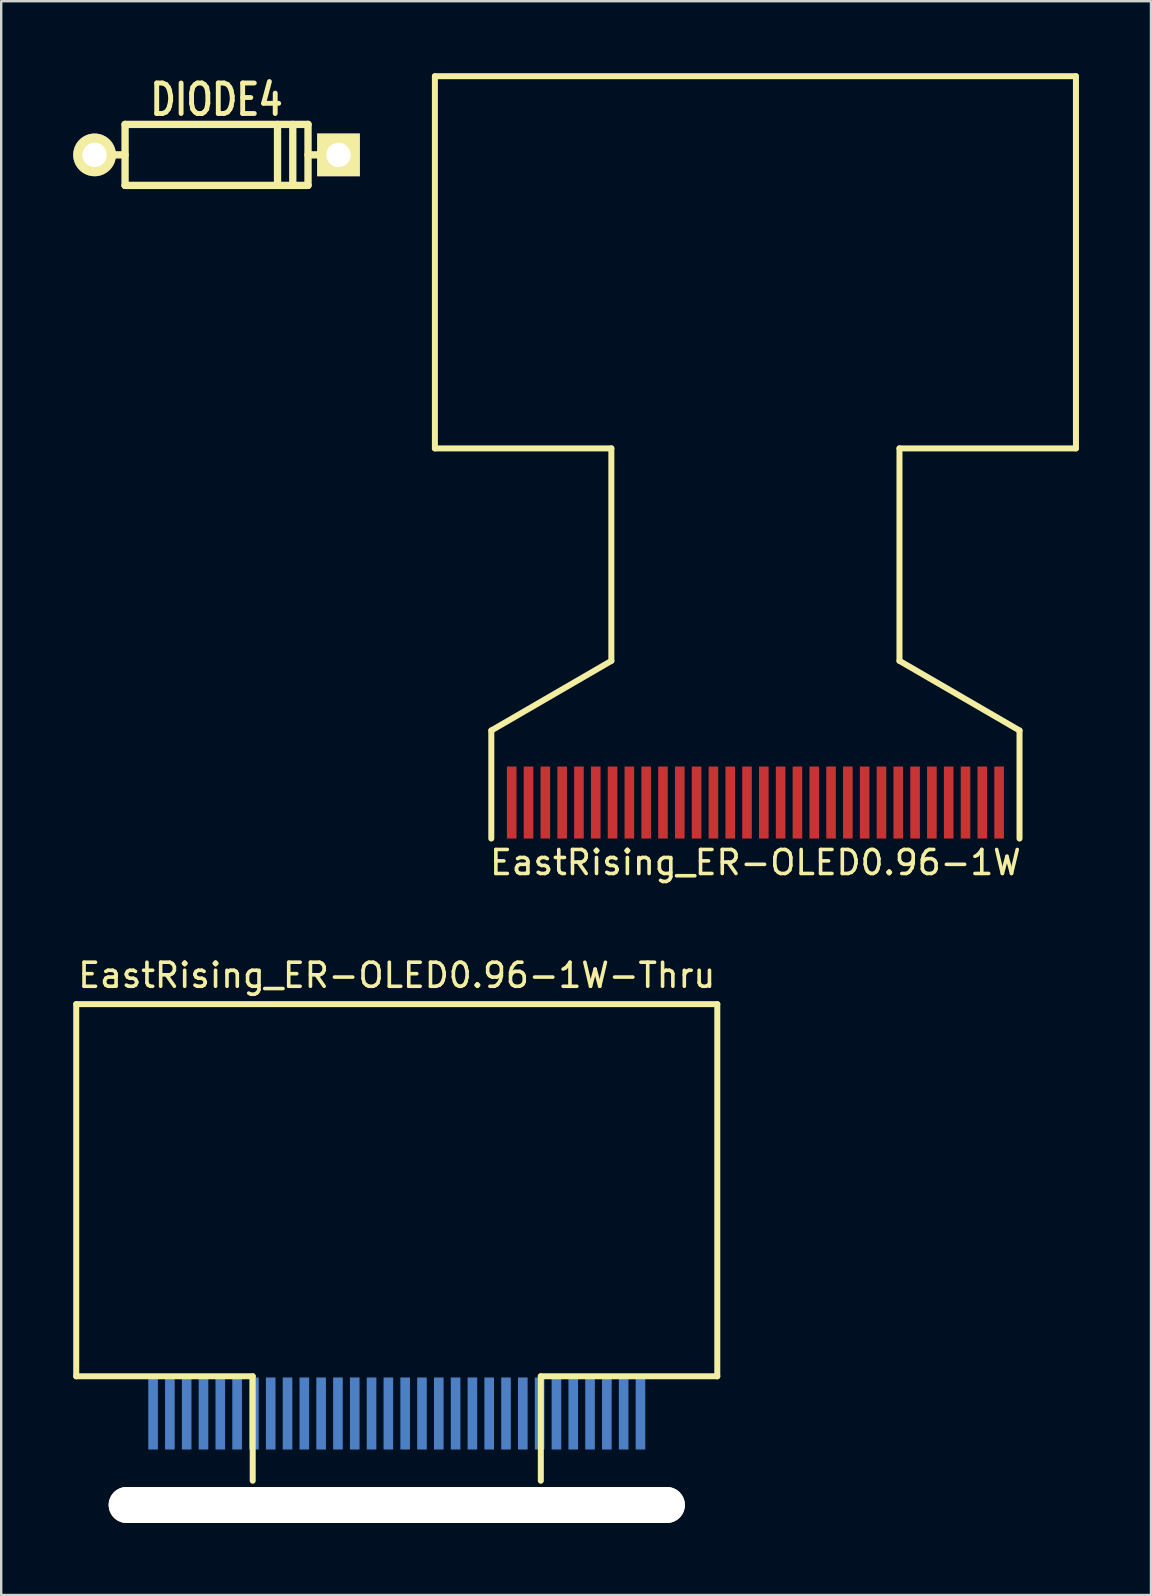
<source format=kicad_pcb>
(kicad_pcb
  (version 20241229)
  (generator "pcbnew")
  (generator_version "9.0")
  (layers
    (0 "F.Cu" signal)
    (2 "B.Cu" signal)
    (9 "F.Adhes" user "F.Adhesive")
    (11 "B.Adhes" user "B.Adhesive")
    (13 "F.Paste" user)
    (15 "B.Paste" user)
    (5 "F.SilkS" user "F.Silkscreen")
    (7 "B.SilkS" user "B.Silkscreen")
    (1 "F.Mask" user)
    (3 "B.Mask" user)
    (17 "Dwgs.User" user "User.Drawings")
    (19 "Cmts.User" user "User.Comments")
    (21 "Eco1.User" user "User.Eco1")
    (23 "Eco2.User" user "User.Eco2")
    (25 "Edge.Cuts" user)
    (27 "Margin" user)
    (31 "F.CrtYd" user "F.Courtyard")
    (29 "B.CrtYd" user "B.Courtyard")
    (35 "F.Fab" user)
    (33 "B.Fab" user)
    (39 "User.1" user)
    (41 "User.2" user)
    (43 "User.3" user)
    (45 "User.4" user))
  (footprint "EastRising_ER-OLED0.96-1W"
    (layer "F.Cu")
    (at 28.413 31.875)
    (property "Reference" "EastRising_ER-OLED0.96-1W" (at 0 1 0) (layer "F.SilkS") (effects (font (size 1 1) (thickness 0.15))))
    (attr through_hole)
    (fp_line (start -13.35 -31.75) (end 13.35 -31.75) (stroke (width 0.25) (type solid)) (layer "F.SilkS"))
    (fp_line (start -13.35 -16.25) (end -13.35 -31.75) (stroke (width 0.25) (type solid)) (layer "F.SilkS"))
    (fp_line (start -11 -4.5) (end -6 -7.4) (stroke (width 0.25) (type solid)) (layer "F.SilkS"))
    (fp_line (start -11 0) (end -11 -4.5) (stroke (width 0.25) (type solid)) (layer "F.SilkS"))
    (fp_line (start -6 -16.25) (end -13.35 -16.25) (stroke (width 0.25) (type solid)) (layer "F.SilkS"))
    (fp_line (start -6 -7.4) (end -6 -16.25) (stroke (width 0.25) (type solid)) (layer "F.SilkS"))
    (fp_line (start 6 -16.25) (end 6 -7.4) (stroke (width 0.25) (type solid)) (layer "F.SilkS"))
    (fp_line (start 6 -7.4) (end 11 -4.5) (stroke (width 0.25) (type solid)) (layer "F.SilkS"))
    (fp_line (start 11 -4.5) (end 11 0) (stroke (width 0.25) (type solid)) (layer "F.SilkS"))
    (fp_line (start 13.35 -31.75) (end 13.35 -16.25) (stroke (width 0.25) (type solid)) (layer "F.SilkS"))
    (fp_line (start 13.35 -16.25) (end 6 -16.25) (stroke (width 0.25) (type solid)) (layer "F.SilkS"))
    (pad "1" smd rect (at -10.15 -1.5) (size 0.4 3) (layers "F.Cu" "F.Mask" "F.Paste"))
    (pad "2" smd rect (at -9.45 -1.5) (size 0.4 3) (layers "F.Cu" "F.Mask" "F.Paste"))
    (pad "3" smd rect (at -8.75 -1.5) (size 0.4 3) (layers "F.Cu" "F.Mask" "F.Paste"))
    (pad "4" smd rect (at -8.05 -1.5) (size 0.4 3) (layers "F.Cu" "F.Mask" "F.Paste"))
    (pad "5" smd rect (at -7.35 -1.5) (size 0.4 3) (layers "F.Cu" "F.Mask" "F.Paste"))
    (pad "6" smd rect (at -6.65 -1.5) (size 0.4 3) (layers "F.Cu" "F.Mask" "F.Paste"))
    (pad "7" smd rect (at -5.95 -1.5) (size 0.4 3) (layers "F.Cu" "F.Mask" "F.Paste"))
    (pad "8" smd rect (at -5.25 -1.5) (size 0.4 3) (layers "F.Cu" "F.Mask" "F.Paste"))
    (pad "9" smd rect (at -4.55 -1.5) (size 0.4 3) (layers "F.Cu" "F.Mask" "F.Paste"))
    (pad "10" smd rect (at -3.85 -1.5) (size 0.4 3) (layers "F.Cu" "F.Mask" "F.Paste"))
    (pad "11" smd rect (at -3.15 -1.5) (size 0.4 3) (layers "F.Cu" "F.Mask" "F.Paste"))
    (pad "12" smd rect (at -2.45 -1.5) (size 0.4 3) (layers "F.Cu" "F.Mask" "F.Paste"))
    (pad "13" smd rect (at -1.75 -1.5) (size 0.4 3) (layers "F.Cu" "F.Mask" "F.Paste"))
    (pad "14" smd rect (at -1.05 -1.5) (size 0.4 3) (layers "F.Cu" "F.Mask" "F.Paste"))
    (pad "15" smd rect (at -0.35 -1.5) (size 0.4 3) (layers "F.Cu" "F.Mask" "F.Paste"))
    (pad "16" smd rect (at 0.35 -1.5) (size 0.4 3) (layers "F.Cu" "F.Mask" "F.Paste"))
    (pad "17" smd rect (at 1.05 -1.5) (size 0.4 3) (layers "F.Cu" "F.Mask" "F.Paste"))
    (pad "18" smd rect (at 1.75 -1.5) (size 0.4 3) (layers "F.Cu" "F.Mask" "F.Paste"))
    (pad "19" smd rect (at 2.45 -1.5) (size 0.4 3) (layers "F.Cu" "F.Mask" "F.Paste"))
    (pad "20" smd rect (at 3.15 -1.5) (size 0.4 3) (layers "F.Cu" "F.Mask" "F.Paste"))
    (pad "21" smd rect (at 3.85 -1.5) (size 0.4 3) (layers "F.Cu" "F.Mask" "F.Paste"))
    (pad "22" smd rect (at 4.55 -1.5) (size 0.4 3) (layers "F.Cu" "F.Mask" "F.Paste"))
    (pad "23" smd rect (at 5.25 -1.5) (size 0.4 3) (layers "F.Cu" "F.Mask" "F.Paste"))
    (pad "24" smd rect (at 5.95 -1.5) (size 0.4 3) (layers "F.Cu" "F.Mask" "F.Paste"))
    (pad "25" smd rect (at 6.65 -1.5) (size 0.4 3) (layers "F.Cu" "F.Mask" "F.Paste"))
    (pad "26" smd rect (at 7.35 -1.5) (size 0.4 3) (layers "F.Cu" "F.Mask" "F.Paste"))
    (pad "27" smd rect (at 8.05 -1.5) (size 0.4 3) (layers "F.Cu" "F.Mask" "F.Paste"))
    (pad "28" smd rect (at 8.75 -1.5) (size 0.4 3) (layers "F.Cu" "F.Mask" "F.Paste"))
    (pad "29" smd rect (at 9.45 -1.5) (size 0.4 3) (layers "F.Cu" "F.Mask" "F.Paste"))
    (pad "30" smd rect (at 10.15 -1.5) (size 0.4 3) (layers "F.Cu" "F.Mask" "F.Paste")))
  (footprint "EastRising_ER-OLED0.96-1W-Thru"
    (layer "F.Cu")
    (at 13.475 54.322)
    (property "Reference" "EastRising_ER-OLED0.96-1W-Thru" (at 0 -16.75 0) (layer "F.SilkS") (effects (font (size 1 1) (thickness 0.15))))
    (attr through_hole)
    (fp_line (start -13.35 -15.55) (end 13.35 -15.55) (stroke (width 0.25) (type solid)) (layer "F.SilkS"))
    (fp_line (start -13.35 -0.05) (end -13.35 -15.55) (stroke (width 0.25) (type solid)) (layer "F.SilkS"))
    (fp_line (start -6 -0.05) (end -13.35 -0.05) (stroke (width 0.25) (type solid)) (layer "F.SilkS"))
    (fp_line (start -6 4.3) (end -6 -0.05) (stroke (width 0.25) (type solid)) (layer "F.SilkS"))
    (fp_line (start 6 -0.05) (end 6 4.3) (stroke (width 0.25) (type solid)) (layer "F.SilkS"))
    (fp_line (start 13.35 -15.55) (end 13.35 -0.05) (stroke (width 0.25) (type solid)) (layer "F.SilkS"))
    (fp_line (start 13.35 -0.05) (end 6 -0.05) (stroke (width 0.25) (type solid)) (layer "F.SilkS"))
    (pad "" np_thru_hole oval (at 0 5.31) (size 24 1.5) (drill oval 24 1.5) (layers "*.Cu" "*.Mask" "F.SilkS"))
    (pad "1" smd rect (at -10.15 1.5) (size 0.4 3) (layers "B.Cu" "B.Mask" "B.Paste"))
    (pad "2" smd rect (at -9.45 1.5) (size 0.4 3) (layers "B.Cu" "B.Mask" "B.Paste"))
    (pad "3" smd rect (at -8.75 1.5) (size 0.4 3) (layers "B.Cu" "B.Mask" "B.Paste"))
    (pad "4" smd rect (at -8.05 1.5) (size 0.4 3) (layers "B.Cu" "B.Mask" "B.Paste"))
    (pad "5" smd rect (at -7.35 1.5) (size 0.4 3) (layers "B.Cu" "B.Mask" "B.Paste"))
    (pad "6" smd rect (at -6.65 1.5) (size 0.4 3) (layers "B.Cu" "B.Mask" "B.Paste"))
    (pad "7" smd rect (at -5.95 1.5) (size 0.4 3) (layers "B.Cu" "B.Mask" "B.Paste"))
    (pad "8" smd rect (at -5.25 1.5) (size 0.4 3) (layers "B.Cu" "B.Mask" "B.Paste"))
    (pad "9" smd rect (at -4.55 1.5) (size 0.4 3) (layers "B.Cu" "B.Mask" "B.Paste"))
    (pad "10" smd rect (at -3.85 1.5) (size 0.4 3) (layers "B.Cu" "B.Mask" "B.Paste"))
    (pad "11" smd rect (at -3.15 1.5) (size 0.4 3) (layers "B.Cu" "B.Mask" "B.Paste"))
    (pad "12" smd rect (at -2.45 1.5) (size 0.4 3) (layers "B.Cu" "B.Mask" "B.Paste"))
    (pad "13" smd rect (at -1.75 1.5) (size 0.4 3) (layers "B.Cu" "B.Mask" "B.Paste"))
    (pad "14" smd rect (at -1.05 1.5) (size 0.4 3) (layers "B.Cu" "B.Mask" "B.Paste"))
    (pad "15" smd rect (at -0.35 1.5) (size 0.4 3) (layers "B.Cu" "B.Mask" "B.Paste"))
    (pad "16" smd rect (at 0.35 1.5) (size 0.4 3) (layers "B.Cu" "B.Mask" "B.Paste"))
    (pad "17" smd rect (at 1.05 1.5) (size 0.4 3) (layers "B.Cu" "B.Mask" "B.Paste"))
    (pad "18" smd rect (at 1.75 1.5) (size 0.4 3) (layers "B.Cu" "B.Mask" "B.Paste"))
    (pad "19" smd rect (at 2.45 1.5) (size 0.4 3) (layers "B.Cu" "B.Mask" "B.Paste"))
    (pad "20" smd rect (at 3.15 1.5) (size 0.4 3) (layers "B.Cu" "B.Mask" "B.Paste"))
    (pad "21" smd rect (at 3.85 1.5) (size 0.4 3) (layers "B.Cu" "B.Mask" "B.Paste"))
    (pad "22" smd rect (at 4.55 1.5) (size 0.4 3) (layers "B.Cu" "B.Mask" "B.Paste"))
    (pad "23" smd rect (at 5.25 1.5) (size 0.4 3) (layers "B.Cu" "B.Mask" "B.Paste"))
    (pad "24" smd rect (at 5.95 1.5) (size 0.4 3) (layers "B.Cu" "B.Mask" "B.Paste"))
    (pad "25" smd rect (at 6.65 1.5) (size 0.4 3) (layers "B.Cu" "B.Mask" "B.Paste"))
    (pad "26" smd rect (at 7.35 1.5) (size 0.4 3) (layers "B.Cu" "B.Mask" "B.Paste"))
    (pad "27" smd rect (at 8.05 1.5) (size 0.4 3) (layers "B.Cu" "B.Mask" "B.Paste"))
    (pad "28" smd rect (at 8.75 1.5) (size 0.4 3) (layers "B.Cu" "B.Mask" "B.Paste"))
    (pad "29" smd rect (at 9.45 1.5) (size 0.4 3) (layers "B.Cu" "B.Mask" "B.Paste"))
    (pad "30" smd rect (at 10.15 1.5) (size 0.4 3) (layers "B.Cu" "B.Mask" "B.Paste")))
  (footprint "DIODE4"
    (layer "F.Cu")
    (at 5.969 3.401)
    (property "Reference" "DIODE4" (at 0 -2.301 0) (layer "F.SilkS") (effects (font (size 1.27 1.016) (thickness 0.203))))
    (attr through_hole)
    (fp_line (start -3.81 -1.27) (end 3.81 -1.27) (stroke (width 0.305) (type solid)) (layer "F.SilkS"))
    (fp_line (start -3.81 0) (end -5.08 0) (stroke (width 0.305) (type solid)) (layer "F.SilkS"))
    (fp_line (start -3.81 1.27) (end -3.81 -1.27) (stroke (width 0.305) (type solid)) (layer "F.SilkS"))
    (fp_line (start 2.54 1.27) (end 2.54 -1.27) (stroke (width 0.305) (type solid)) (layer "F.SilkS"))
    (fp_line (start 3.175 -1.27) (end 3.175 1.27) (stroke (width 0.305) (type solid)) (layer "F.SilkS"))
    (fp_line (start 3.81 -1.27) (end 3.81 1.27) (stroke (width 0.305) (type solid)) (layer "F.SilkS"))
    (fp_line (start 3.81 0) (end 5.08 0) (stroke (width 0.305) (type solid)) (layer "F.SilkS"))
    (fp_line (start 3.81 1.27) (end -3.81 1.27) (stroke (width 0.305) (type solid)) (layer "F.SilkS"))
    (pad "1" thru_hole circle (at -5.08 0) (size 1.778 1.778) (drill 1.016) (layers "*.Cu" "*.Mask" "F.SilkS"))
    (pad "2" thru_hole rect (at 5.08 0) (size 1.778 1.778) (drill 1.016) (layers "*.Cu" "*.Mask" "F.SilkS")))
  (gr_rect
    (start -3 -3)
    (end 44.888 63.382)
    (stroke (width 0.1) (type default))
    (fill no)
    (layer "Edge.Cuts")))
</source>
